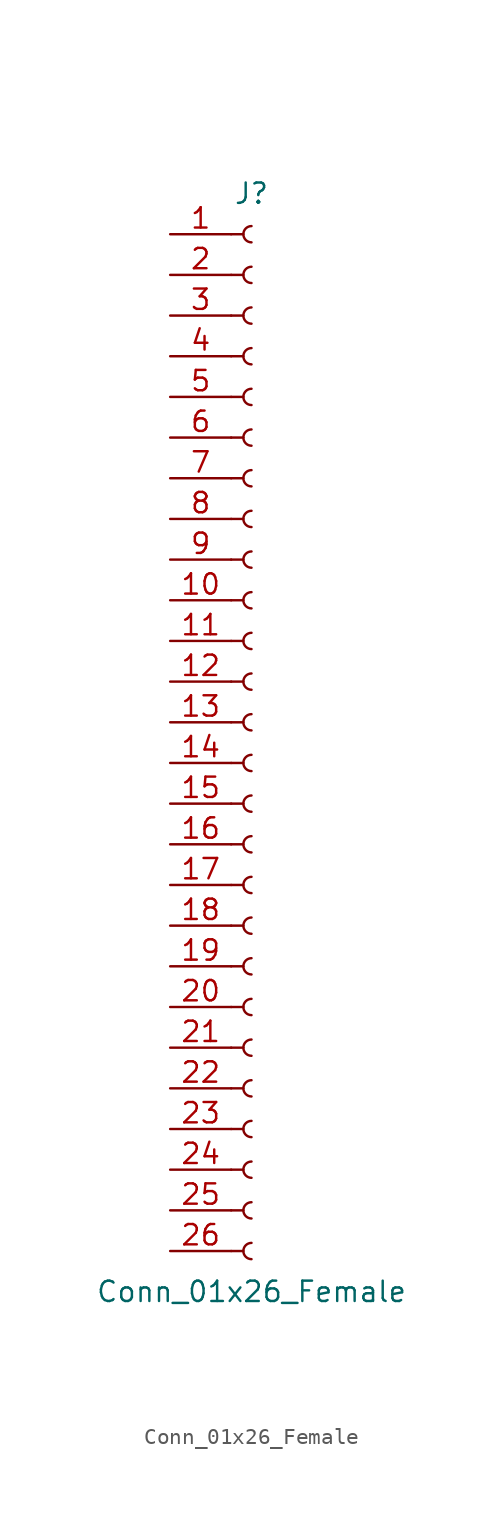
<source format=kicad_sym>
(kicad_symbol_lib
  (version 20220914)
  (generator kicad_symbol_editor)
  (symbol "Conn_01x26_Female"
    (pin_names
      (offset 1.016) hide)
    (property "Reference" "J"
      (at 0 33.02 0)
      (effects (font (size 1.27 1.27))))
    (property "Value" "Conn_01x26_Female"
      (at 0 -35.56 0)
      (effects (font (size 1.27 1.27))))
    (symbol "Conn_01x26_Female_1_1"
      (arc (start 0 -32.512) (mid -0.5058 -33.02) (end 0 -33.528) (stroke (width 0.1524) (type default)) (fill (type none)))
      (arc (start 0 -29.972) (mid -0.5058 -30.48) (end 0 -30.988) (stroke (width 0.1524) (type default)) (fill (type none)))
      (arc (start 0 -27.432) (mid -0.5058 -27.94) (end 0 -28.448) (stroke (width 0.1524) (type default)) (fill (type none)))
      (arc (start 0 -24.892) (mid -0.5058 -25.4) (end 0 -25.908) (stroke (width 0.1524) (type default)) (fill (type none)))
      (arc (start 0 -22.352) (mid -0.5058 -22.86) (end 0 -23.368) (stroke (width 0.1524) (type default)) (fill (type none)))
      (arc (start 0 -19.812) (mid -0.5058 -20.32) (end 0 -20.828) (stroke (width 0.1524) (type default)) (fill (type none)))
      (arc (start 0 -17.272) (mid -0.5058 -17.78) (end 0 -18.288) (stroke (width 0.1524) (type default)) (fill (type none)))
      (arc (start 0 -14.732) (mid -0.5058 -15.24) (end 0 -15.748) (stroke (width 0.1524) (type default)) (fill (type none)))
      (arc (start 0 -12.192) (mid -0.5058 -12.7) (end 0 -13.208) (stroke (width 0.1524) (type default)) (fill (type none)))
      (arc (start 0 -9.652) (mid -0.5058 -10.16) (end 0 -10.668) (stroke (width 0.1524) (type default)) (fill (type none)))
      (arc (start 0 -7.112) (mid -0.5058 -7.62) (end 0 -8.128) (stroke (width 0.1524) (type default)) (fill (type none)))
      (arc (start 0 -4.572) (mid -0.5058 -5.08) (end 0 -5.588) (stroke (width 0.1524) (type default)) (fill (type none)))
      (arc (start 0 -2.032) (mid -0.5058 -2.54) (end 0 -3.048) (stroke (width 0.1524) (type default)) (fill (type none)))
      (polyline (pts (xy -1.27 -33.02) (xy -0.508 -33.02)) (stroke (width 0.152) (type default)) (fill (type none)))
      (polyline (pts (xy -1.27 -30.48) (xy -0.508 -30.48)) (stroke (width 0.152) (type default)) (fill (type none)))
      (polyline (pts (xy -1.27 -27.94) (xy -0.508 -27.94)) (stroke (width 0.152) (type default)) (fill (type none)))
      (polyline (pts (xy -1.27 -25.4) (xy -0.508 -25.4)) (stroke (width 0.152) (type default)) (fill (type none)))
      (polyline (pts (xy -1.27 -22.86) (xy -0.508 -22.86)) (stroke (width 0.152) (type default)) (fill (type none)))
      (polyline (pts (xy -1.27 -20.32) (xy -0.508 -20.32)) (stroke (width 0.152) (type default)) (fill (type none)))
      (polyline (pts (xy -1.27 -17.78) (xy -0.508 -17.78)) (stroke (width 0.152) (type default)) (fill (type none)))
      (polyline (pts (xy -1.27 -15.24) (xy -0.508 -15.24)) (stroke (width 0.152) (type default)) (fill (type none)))
      (polyline (pts (xy -1.27 -12.7) (xy -0.508 -12.7)) (stroke (width 0.152) (type default)) (fill (type none)))
      (polyline (pts (xy -1.27 -10.16) (xy -0.508 -10.16)) (stroke (width 0.152) (type default)) (fill (type none)))
      (polyline (pts (xy -1.27 -7.62) (xy -0.508 -7.62)) (stroke (width 0.152) (type default)) (fill (type none)))
      (polyline (pts (xy -1.27 -5.08) (xy -0.508 -5.08)) (stroke (width 0.152) (type default)) (fill (type none)))
      (polyline (pts (xy -1.27 -2.54) (xy -0.508 -2.54)) (stroke (width 0.152) (type default)) (fill (type none)))
      (polyline (pts (xy -1.27 0) (xy -0.508 0)) (stroke (width 0.152) (type default)) (fill (type none)))
      (polyline (pts (xy -1.27 2.54) (xy -0.508 2.54)) (stroke (width 0.152) (type default)) (fill (type none)))
      (polyline (pts (xy -1.27 5.08) (xy -0.508 5.08)) (stroke (width 0.152) (type default)) (fill (type none)))
      (polyline (pts (xy -1.27 7.62) (xy -0.508 7.62)) (stroke (width 0.152) (type default)) (fill (type none)))
      (polyline (pts (xy -1.27 10.16) (xy -0.508 10.16)) (stroke (width 0.152) (type default)) (fill (type none)))
      (polyline (pts (xy -1.27 12.7) (xy -0.508 12.7)) (stroke (width 0.152) (type default)) (fill (type none)))
      (polyline (pts (xy -1.27 15.24) (xy -0.508 15.24)) (stroke (width 0.152) (type default)) (fill (type none)))
      (polyline (pts (xy -1.27 17.78) (xy -0.508 17.78)) (stroke (width 0.152) (type default)) (fill (type none)))
      (polyline (pts (xy -1.27 20.32) (xy -0.508 20.32)) (stroke (width 0.152) (type default)) (fill (type none)))
      (polyline (pts (xy -1.27 22.86) (xy -0.508 22.86)) (stroke (width 0.152) (type default)) (fill (type none)))
      (polyline (pts (xy -1.27 25.4) (xy -0.508 25.4)) (stroke (width 0.152) (type default)) (fill (type none)))
      (polyline (pts (xy -1.27 27.94) (xy -0.508 27.94)) (stroke (width 0.152) (type default)) (fill (type none)))
      (polyline (pts (xy -1.27 30.48) (xy -0.508 30.48)) (stroke (width 0.152) (type default)) (fill (type none)))
      (arc (start 0 0.508) (mid -0.5058 0) (end 0 -0.508) (stroke (width 0.1524) (type default)) (fill (type none)))
      (arc (start 0 3.048) (mid -0.5058 2.54) (end 0 2.032) (stroke (width 0.1524) (type default)) (fill (type none)))
      (arc (start 0 5.588) (mid -0.5058 5.08) (end 0 4.572) (stroke (width 0.1524) (type default)) (fill (type none)))
      (arc (start 0 8.128) (mid -0.5058 7.62) (end 0 7.112) (stroke (width 0.1524) (type default)) (fill (type none)))
      (arc (start 0 10.668) (mid -0.5058 10.16) (end 0 9.652) (stroke (width 0.1524) (type default)) (fill (type none)))
      (arc (start 0 13.208) (mid -0.5058 12.7) (end 0 12.192) (stroke (width 0.1524) (type default)) (fill (type none)))
      (arc (start 0 15.748) (mid -0.5058 15.24) (end 0 14.732) (stroke (width 0.1524) (type default)) (fill (type none)))
      (arc (start 0 18.288) (mid -0.5058 17.78) (end 0 17.272) (stroke (width 0.1524) (type default)) (fill (type none)))
      (arc (start 0 20.828) (mid -0.5058 20.32) (end 0 19.812) (stroke (width 0.1524) (type default)) (fill (type none)))
      (arc (start 0 23.368) (mid -0.5058 22.86) (end 0 22.352) (stroke (width 0.1524) (type default)) (fill (type none)))
      (arc (start 0 25.908) (mid -0.5058 25.4) (end 0 24.892) (stroke (width 0.1524) (type default)) (fill (type none)))
      (arc (start 0 28.448) (mid -0.5058 27.94) (end 0 27.432) (stroke (width 0.1524) (type default)) (fill (type none)))
      (arc (start 0 30.988) (mid -0.5058 30.48) (end 0 29.972) (stroke (width 0.1524) (type default)) (fill (type none)))
      (pin passive line (at -5.08 30.48 0) (length 3.81) (name "Pin_1" (effects (font (size 1.27 1.27)))) (number "1" (effects (font (size 1.27 1.27)))))
      (pin passive line (at -5.08 7.62 0) (length 3.81) (name "Pin_10" (effects (font (size 1.27 1.27)))) (number "10" (effects (font (size 1.27 1.27)))))
      (pin passive line (at -5.08 5.08 0) (length 3.81) (name "Pin_11" (effects (font (size 1.27 1.27)))) (number "11" (effects (font (size 1.27 1.27)))))
      (pin passive line (at -5.08 2.54 0) (length 3.81) (name "Pin_12" (effects (font (size 1.27 1.27)))) (number "12" (effects (font (size 1.27 1.27)))))
      (pin passive line (at -5.08 0 0) (length 3.81) (name "Pin_13" (effects (font (size 1.27 1.27)))) (number "13" (effects (font (size 1.27 1.27)))))
      (pin passive line (at -5.08 -2.54 0) (length 3.81) (name "Pin_14" (effects (font (size 1.27 1.27)))) (number "14" (effects (font (size 1.27 1.27)))))
      (pin passive line (at -5.08 -5.08 0) (length 3.81) (name "Pin_15" (effects (font (size 1.27 1.27)))) (number "15" (effects (font (size 1.27 1.27)))))
      (pin passive line (at -5.08 -7.62 0) (length 3.81) (name "Pin_16" (effects (font (size 1.27 1.27)))) (number "16" (effects (font (size 1.27 1.27)))))
      (pin passive line (at -5.08 -10.16 0) (length 3.81) (name "Pin_17" (effects (font (size 1.27 1.27)))) (number "17" (effects (font (size 1.27 1.27)))))
      (pin passive line (at -5.08 -12.7 0) (length 3.81) (name "Pin_18" (effects (font (size 1.27 1.27)))) (number "18" (effects (font (size 1.27 1.27)))))
      (pin passive line (at -5.08 -15.24 0) (length 3.81) (name "Pin_19" (effects (font (size 1.27 1.27)))) (number "19" (effects (font (size 1.27 1.27)))))
      (pin passive line (at -5.08 27.94 0) (length 3.81) (name "Pin_2" (effects (font (size 1.27 1.27)))) (number "2" (effects (font (size 1.27 1.27)))))
      (pin passive line (at -5.08 -17.78 0) (length 3.81) (name "Pin_20" (effects (font (size 1.27 1.27)))) (number "20" (effects (font (size 1.27 1.27)))))
      (pin passive line (at -5.08 -20.32 0) (length 3.81) (name "Pin_21" (effects (font (size 1.27 1.27)))) (number "21" (effects (font (size 1.27 1.27)))))
      (pin passive line (at -5.08 -22.86 0) (length 3.81) (name "Pin_22" (effects (font (size 1.27 1.27)))) (number "22" (effects (font (size 1.27 1.27)))))
      (pin passive line (at -5.08 -25.4 0) (length 3.81) (name "Pin_23" (effects (font (size 1.27 1.27)))) (number "23" (effects (font (size 1.27 1.27)))))
      (pin passive line (at -5.08 -27.94 0) (length 3.81) (name "Pin_24" (effects (font (size 1.27 1.27)))) (number "24" (effects (font (size 1.27 1.27)))))
      (pin passive line (at -5.08 -30.48 0) (length 3.81) (name "Pin_25" (effects (font (size 1.27 1.27)))) (number "25" (effects (font (size 1.27 1.27)))))
      (pin passive line (at -5.08 -33.02 0) (length 3.81) (name "Pin_26" (effects (font (size 1.27 1.27)))) (number "26" (effects (font (size 1.27 1.27)))))
      (pin passive line (at -5.08 25.4 0) (length 3.81) (name "Pin_3" (effects (font (size 1.27 1.27)))) (number "3" (effects (font (size 1.27 1.27)))))
      (pin passive line (at -5.08 22.86 0) (length 3.81) (name "Pin_4" (effects (font (size 1.27 1.27)))) (number "4" (effects (font (size 1.27 1.27)))))
      (pin passive line (at -5.08 20.32 0) (length 3.81) (name "Pin_5" (effects (font (size 1.27 1.27)))) (number "5" (effects (font (size 1.27 1.27)))))
      (pin passive line (at -5.08 17.78 0) (length 3.81) (name "Pin_6" (effects (font (size 1.27 1.27)))) (number "6" (effects (font (size 1.27 1.27)))))
      (pin passive line (at -5.08 15.24 0) (length 3.81) (name "Pin_7" (effects (font (size 1.27 1.27)))) (number "7" (effects (font (size 1.27 1.27)))))
      (pin passive line (at -5.08 12.7 0) (length 3.81) (name "Pin_8" (effects (font (size 1.27 1.27)))) (number "8" (effects (font (size 1.27 1.27)))))
      (pin passive line (at -5.08 10.16 0) (length 3.81) (name "Pin_9" (effects (font (size 1.27 1.27)))) (number "9" (effects (font (size 1.27 1.27))))))))
</source>
